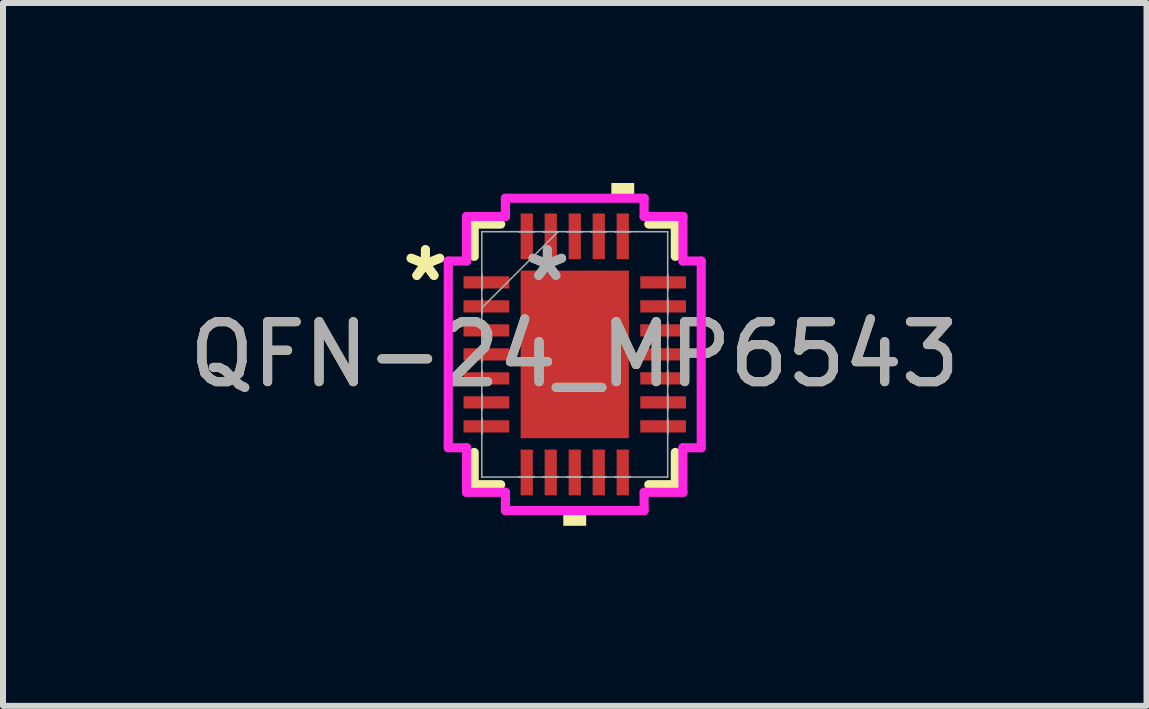
<source format=kicad_pcb>
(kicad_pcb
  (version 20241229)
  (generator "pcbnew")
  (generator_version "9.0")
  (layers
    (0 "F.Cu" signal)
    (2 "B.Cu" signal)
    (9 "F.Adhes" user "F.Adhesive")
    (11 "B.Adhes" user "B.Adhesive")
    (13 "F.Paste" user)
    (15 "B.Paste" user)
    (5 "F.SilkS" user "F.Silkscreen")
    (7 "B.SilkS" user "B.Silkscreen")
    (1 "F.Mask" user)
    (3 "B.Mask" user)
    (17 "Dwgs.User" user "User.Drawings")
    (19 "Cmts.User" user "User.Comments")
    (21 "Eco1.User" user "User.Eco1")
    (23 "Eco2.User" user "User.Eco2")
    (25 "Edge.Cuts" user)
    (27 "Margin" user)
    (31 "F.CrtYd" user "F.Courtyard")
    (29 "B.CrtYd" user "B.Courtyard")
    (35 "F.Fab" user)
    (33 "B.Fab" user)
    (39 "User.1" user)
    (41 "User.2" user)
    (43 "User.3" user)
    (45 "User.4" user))
  (footprint "QFN-24_MP6543"
    (layer "F.Cu")
    (at 6.53 2.857)
    (property "Reference" "QFN-24_MP6543" (at 0 0 0) (unlocked yes) (layer "F.SilkS") (effects (font (size 1 1) (thickness 0.15))))
    (attr smd)
    (fp_line (start -1.676 -2.172) (end -1.676 -1.634) (stroke (width 0.152) (type solid)) (layer "F.SilkS"))
    (fp_line (start -1.676 1.634) (end -1.676 2.172) (stroke (width 0.152) (type solid)) (layer "F.SilkS"))
    (fp_line (start -1.676 2.172) (end -1.234 2.172) (stroke (width 0.152) (type solid)) (layer "F.SilkS"))
    (fp_line (start -1.234 -2.172) (end -1.676 -2.172) (stroke (width 0.152) (type solid)) (layer "F.SilkS"))
    (fp_line (start 1.234 2.172) (end 1.676 2.172) (stroke (width 0.152) (type solid)) (layer "F.SilkS"))
    (fp_line (start 1.676 -2.172) (end 1.234 -2.172) (stroke (width 0.152) (type solid)) (layer "F.SilkS"))
    (fp_line (start 1.676 -1.634) (end 1.676 -2.172) (stroke (width 0.152) (type solid)) (layer "F.SilkS"))
    (fp_line (start 1.676 2.172) (end 1.676 1.634) (stroke (width 0.152) (type solid)) (layer "F.SilkS"))
    (fp_poly (pts (xy -0.191 2.603) (xy -0.191 2.857) (xy 0.191 2.857) (xy 0.191 2.603)) (stroke (width 0) (type solid)) (fill yes) (layer "F.SilkS"))
    (fp_poly (pts (xy 0.61 -2.603) (xy 0.61 -2.857) (xy 0.991 -2.857) (xy 0.991 -2.603)) (stroke (width 0) (type solid)) (fill yes) (layer "F.SilkS"))
    (fp_line (start -2.108 -1.556) (end -1.803 -1.556) (stroke (width 0.152) (type solid)) (layer "F.CrtYd"))
    (fp_line (start -2.108 1.556) (end -2.108 -1.556) (stroke (width 0.152) (type solid)) (layer "F.CrtYd"))
    (fp_line (start -1.803 -2.299) (end -1.156 -2.299) (stroke (width 0.152) (type solid)) (layer "F.CrtYd"))
    (fp_line (start -1.803 -1.556) (end -1.803 -2.299) (stroke (width 0.152) (type solid)) (layer "F.CrtYd"))
    (fp_line (start -1.803 1.556) (end -2.108 1.556) (stroke (width 0.152) (type solid)) (layer "F.CrtYd"))
    (fp_line (start -1.803 2.299) (end -1.803 1.556) (stroke (width 0.152) (type solid)) (layer "F.CrtYd"))
    (fp_line (start -1.156 -2.603) (end 1.156 -2.603) (stroke (width 0.152) (type solid)) (layer "F.CrtYd"))
    (fp_line (start -1.156 -2.299) (end -1.156 -2.603) (stroke (width 0.152) (type solid)) (layer "F.CrtYd"))
    (fp_line (start -1.156 2.299) (end -1.803 2.299) (stroke (width 0.152) (type solid)) (layer "F.CrtYd"))
    (fp_line (start -1.156 2.603) (end -1.156 2.299) (stroke (width 0.152) (type solid)) (layer "F.CrtYd"))
    (fp_line (start 1.156 -2.603) (end 1.156 -2.299) (stroke (width 0.152) (type solid)) (layer "F.CrtYd"))
    (fp_line (start 1.156 -2.299) (end 1.803 -2.299) (stroke (width 0.152) (type solid)) (layer "F.CrtYd"))
    (fp_line (start 1.156 2.299) (end 1.156 2.603) (stroke (width 0.152) (type solid)) (layer "F.CrtYd"))
    (fp_line (start 1.156 2.603) (end -1.156 2.603) (stroke (width 0.152) (type solid)) (layer "F.CrtYd"))
    (fp_line (start 1.803 -2.299) (end 1.803 -1.556) (stroke (width 0.152) (type solid)) (layer "F.CrtYd"))
    (fp_line (start 1.803 -1.556) (end 2.108 -1.556) (stroke (width 0.152) (type solid)) (layer "F.CrtYd"))
    (fp_line (start 1.803 1.556) (end 1.803 2.299) (stroke (width 0.152) (type solid)) (layer "F.CrtYd"))
    (fp_line (start 1.803 2.299) (end 1.156 2.299) (stroke (width 0.152) (type solid)) (layer "F.CrtYd"))
    (fp_line (start 2.108 -1.556) (end 2.108 1.556) (stroke (width 0.152) (type solid)) (layer "F.CrtYd"))
    (fp_line (start 2.108 1.556) (end 1.803 1.556) (stroke (width 0.152) (type solid)) (layer "F.CrtYd"))
    (fp_line (start -1.549 -2.045) (end -1.549 2.045) (stroke (width 0.025) (type solid)) (layer "F.Fab"))
    (fp_line (start -1.549 -1.327) (end -1.549 -1.327) (stroke (width 0.025) (type solid)) (layer "F.Fab"))
    (fp_line (start -1.549 -1.327) (end -1.549 -1.073) (stroke (width 0.025) (type solid)) (layer "F.Fab"))
    (fp_line (start -1.549 -1.073) (end -1.549 -1.327) (stroke (width 0.025) (type solid)) (layer "F.Fab"))
    (fp_line (start -1.549 -1.073) (end -1.549 -1.073) (stroke (width 0.025) (type solid)) (layer "F.Fab"))
    (fp_line (start -1.549 -0.927) (end -1.549 -0.927) (stroke (width 0.025) (type solid)) (layer "F.Fab"))
    (fp_line (start -1.549 -0.927) (end -1.549 -0.673) (stroke (width 0.025) (type solid)) (layer "F.Fab"))
    (fp_line (start -1.549 -0.775) (end -0.279 -2.045) (stroke (width 0.025) (type solid)) (layer "F.Fab"))
    (fp_line (start -1.549 -0.673) (end -1.549 -0.927) (stroke (width 0.025) (type solid)) (layer "F.Fab"))
    (fp_line (start -1.549 -0.673) (end -1.549 -0.673) (stroke (width 0.025) (type solid)) (layer "F.Fab"))
    (fp_line (start -1.549 -0.527) (end -1.549 -0.527) (stroke (width 0.025) (type solid)) (layer "F.Fab"))
    (fp_line (start -1.549 -0.527) (end -1.549 -0.273) (stroke (width 0.025) (type solid)) (layer "F.Fab"))
    (fp_line (start -1.549 -0.273) (end -1.549 -0.527) (stroke (width 0.025) (type solid)) (layer "F.Fab"))
    (fp_line (start -1.549 -0.273) (end -1.549 -0.273) (stroke (width 0.025) (type solid)) (layer "F.Fab"))
    (fp_line (start -1.549 -0.127) (end -1.549 -0.127) (stroke (width 0.025) (type solid)) (layer "F.Fab"))
    (fp_line (start -1.549 -0.127) (end -1.549 0.127) (stroke (width 0.025) (type solid)) (layer "F.Fab"))
    (fp_line (start -1.549 0.127) (end -1.549 -0.127) (stroke (width 0.025) (type solid)) (layer "F.Fab"))
    (fp_line (start -1.549 0.127) (end -1.549 0.127) (stroke (width 0.025) (type solid)) (layer "F.Fab"))
    (fp_line (start -1.549 0.273) (end -1.549 0.273) (stroke (width 0.025) (type solid)) (layer "F.Fab"))
    (fp_line (start -1.549 0.273) (end -1.549 0.527) (stroke (width 0.025) (type solid)) (layer "F.Fab"))
    (fp_line (start -1.549 0.527) (end -1.549 0.273) (stroke (width 0.025) (type solid)) (layer "F.Fab"))
    (fp_line (start -1.549 0.527) (end -1.549 0.527) (stroke (width 0.025) (type solid)) (layer "F.Fab"))
    (fp_line (start -1.549 0.673) (end -1.549 0.673) (stroke (width 0.025) (type solid)) (layer "F.Fab"))
    (fp_line (start -1.549 0.673) (end -1.549 0.927) (stroke (width 0.025) (type solid)) (layer "F.Fab"))
    (fp_line (start -1.549 0.927) (end -1.549 0.673) (stroke (width 0.025) (type solid)) (layer "F.Fab"))
    (fp_line (start -1.549 0.927) (end -1.549 0.927) (stroke (width 0.025) (type solid)) (layer "F.Fab"))
    (fp_line (start -1.549 1.073) (end -1.549 1.073) (stroke (width 0.025) (type solid)) (layer "F.Fab"))
    (fp_line (start -1.549 1.073) (end -1.549 1.327) (stroke (width 0.025) (type solid)) (layer "F.Fab"))
    (fp_line (start -1.549 1.327) (end -1.549 1.073) (stroke (width 0.025) (type solid)) (layer "F.Fab"))
    (fp_line (start -1.549 1.327) (end -1.549 1.327) (stroke (width 0.025) (type solid)) (layer "F.Fab"))
    (fp_line (start -1.549 2.045) (end 1.549 2.045) (stroke (width 0.025) (type solid)) (layer "F.Fab"))
    (fp_line (start -0.927 -2.045) (end -0.927 -2.045) (stroke (width 0.025) (type solid)) (layer "F.Fab"))
    (fp_line (start -0.927 -2.045) (end -0.673 -2.045) (stroke (width 0.025) (type solid)) (layer "F.Fab"))
    (fp_line (start -0.927 2.045) (end -0.927 2.045) (stroke (width 0.025) (type solid)) (layer "F.Fab"))
    (fp_line (start -0.927 2.045) (end -0.673 2.045) (stroke (width 0.025) (type solid)) (layer "F.Fab"))
    (fp_line (start -0.673 -2.045) (end -0.927 -2.045) (stroke (width 0.025) (type solid)) (layer "F.Fab"))
    (fp_line (start -0.673 -2.045) (end -0.673 -2.045) (stroke (width 0.025) (type solid)) (layer "F.Fab"))
    (fp_line (start -0.673 2.045) (end -0.927 2.045) (stroke (width 0.025) (type solid)) (layer "F.Fab"))
    (fp_line (start -0.673 2.045) (end -0.673 2.045) (stroke (width 0.025) (type solid)) (layer "F.Fab"))
    (fp_line (start -0.527 -2.045) (end -0.527 -2.045) (stroke (width 0.025) (type solid)) (layer "F.Fab"))
    (fp_line (start -0.527 -2.045) (end -0.273 -2.045) (stroke (width 0.025) (type solid)) (layer "F.Fab"))
    (fp_line (start -0.527 2.045) (end -0.527 2.045) (stroke (width 0.025) (type solid)) (layer "F.Fab"))
    (fp_line (start -0.527 2.045) (end -0.273 2.045) (stroke (width 0.025) (type solid)) (layer "F.Fab"))
    (fp_line (start -0.273 -2.045) (end -0.527 -2.045) (stroke (width 0.025) (type solid)) (layer "F.Fab"))
    (fp_line (start -0.273 -2.045) (end -0.273 -2.045) (stroke (width 0.025) (type solid)) (layer "F.Fab"))
    (fp_line (start -0.273 2.045) (end -0.527 2.045) (stroke (width 0.025) (type solid)) (layer "F.Fab"))
    (fp_line (start -0.273 2.045) (end -0.273 2.045) (stroke (width 0.025) (type solid)) (layer "F.Fab"))
    (fp_line (start -0.127 -2.045) (end -0.127 -2.045) (stroke (width 0.025) (type solid)) (layer "F.Fab"))
    (fp_line (start -0.127 -2.045) (end 0.127 -2.045) (stroke (width 0.025) (type solid)) (layer "F.Fab"))
    (fp_line (start -0.127 2.045) (end -0.127 2.045) (stroke (width 0.025) (type solid)) (layer "F.Fab"))
    (fp_line (start -0.127 2.045) (end 0.127 2.045) (stroke (width 0.025) (type solid)) (layer "F.Fab"))
    (fp_line (start 0.127 -2.045) (end -0.127 -2.045) (stroke (width 0.025) (type solid)) (layer "F.Fab"))
    (fp_line (start 0.127 -2.045) (end 0.127 -2.045) (stroke (width 0.025) (type solid)) (layer "F.Fab"))
    (fp_line (start 0.127 2.045) (end -0.127 2.045) (stroke (width 0.025) (type solid)) (layer "F.Fab"))
    (fp_line (start 0.127 2.045) (end 0.127 2.045) (stroke (width 0.025) (type solid)) (layer "F.Fab"))
    (fp_line (start 0.273 -2.045) (end 0.273 -2.045) (stroke (width 0.025) (type solid)) (layer "F.Fab"))
    (fp_line (start 0.273 -2.045) (end 0.527 -2.045) (stroke (width 0.025) (type solid)) (layer "F.Fab"))
    (fp_line (start 0.273 2.045) (end 0.273 2.045) (stroke (width 0.025) (type solid)) (layer "F.Fab"))
    (fp_line (start 0.273 2.045) (end 0.527 2.045) (stroke (width 0.025) (type solid)) (layer "F.Fab"))
    (fp_line (start 0.527 -2.045) (end 0.273 -2.045) (stroke (width 0.025) (type solid)) (layer "F.Fab"))
    (fp_line (start 0.527 -2.045) (end 0.527 -2.045) (stroke (width 0.025) (type solid)) (layer "F.Fab"))
    (fp_line (start 0.527 2.045) (end 0.273 2.045) (stroke (width 0.025) (type solid)) (layer "F.Fab"))
    (fp_line (start 0.527 2.045) (end 0.527 2.045) (stroke (width 0.025) (type solid)) (layer "F.Fab"))
    (fp_line (start 0.673 -2.045) (end 0.673 -2.045) (stroke (width 0.025) (type solid)) (layer "F.Fab"))
    (fp_line (start 0.673 -2.045) (end 0.927 -2.045) (stroke (width 0.025) (type solid)) (layer "F.Fab"))
    (fp_line (start 0.673 2.045) (end 0.673 2.045) (stroke (width 0.025) (type solid)) (layer "F.Fab"))
    (fp_line (start 0.673 2.045) (end 0.927 2.045) (stroke (width 0.025) (type solid)) (layer "F.Fab"))
    (fp_line (start 0.927 -2.045) (end 0.673 -2.045) (stroke (width 0.025) (type solid)) (layer "F.Fab"))
    (fp_line (start 0.927 -2.045) (end 0.927 -2.045) (stroke (width 0.025) (type solid)) (layer "F.Fab"))
    (fp_line (start 0.927 2.045) (end 0.673 2.045) (stroke (width 0.025) (type solid)) (layer "F.Fab"))
    (fp_line (start 0.927 2.045) (end 0.927 2.045) (stroke (width 0.025) (type solid)) (layer "F.Fab"))
    (fp_line (start 1.549 -2.045) (end -1.549 -2.045) (stroke (width 0.025) (type solid)) (layer "F.Fab"))
    (fp_line (start 1.549 -1.327) (end 1.549 -1.327) (stroke (width 0.025) (type solid)) (layer "F.Fab"))
    (fp_line (start 1.549 -1.327) (end 1.549 -1.073) (stroke (width 0.025) (type solid)) (layer "F.Fab"))
    (fp_line (start 1.549 -1.073) (end 1.549 -1.327) (stroke (width 0.025) (type solid)) (layer "F.Fab"))
    (fp_line (start 1.549 -1.073) (end 1.549 -1.073) (stroke (width 0.025) (type solid)) (layer "F.Fab"))
    (fp_line (start 1.549 -0.927) (end 1.549 -0.927) (stroke (width 0.025) (type solid)) (layer "F.Fab"))
    (fp_line (start 1.549 -0.927) (end 1.549 -0.673) (stroke (width 0.025) (type solid)) (layer "F.Fab"))
    (fp_line (start 1.549 -0.673) (end 1.549 -0.927) (stroke (width 0.025) (type solid)) (layer "F.Fab"))
    (fp_line (start 1.549 -0.673) (end 1.549 -0.673) (stroke (width 0.025) (type solid)) (layer "F.Fab"))
    (fp_line (start 1.549 -0.527) (end 1.549 -0.527) (stroke (width 0.025) (type solid)) (layer "F.Fab"))
    (fp_line (start 1.549 -0.527) (end 1.549 -0.273) (stroke (width 0.025) (type solid)) (layer "F.Fab"))
    (fp_line (start 1.549 -0.273) (end 1.549 -0.527) (stroke (width 0.025) (type solid)) (layer "F.Fab"))
    (fp_line (start 1.549 -0.273) (end 1.549 -0.273) (stroke (width 0.025) (type solid)) (layer "F.Fab"))
    (fp_line (start 1.549 -0.127) (end 1.549 -0.127) (stroke (width 0.025) (type solid)) (layer "F.Fab"))
    (fp_line (start 1.549 -0.127) (end 1.549 0.127) (stroke (width 0.025) (type solid)) (layer "F.Fab"))
    (fp_line (start 1.549 0.127) (end 1.549 -0.127) (stroke (width 0.025) (type solid)) (layer "F.Fab"))
    (fp_line (start 1.549 0.127) (end 1.549 0.127) (stroke (width 0.025) (type solid)) (layer "F.Fab"))
    (fp_line (start 1.549 0.273) (end 1.549 0.273) (stroke (width 0.025) (type solid)) (layer "F.Fab"))
    (fp_line (start 1.549 0.273) (end 1.549 0.527) (stroke (width 0.025) (type solid)) (layer "F.Fab"))
    (fp_line (start 1.549 0.527) (end 1.549 0.273) (stroke (width 0.025) (type solid)) (layer "F.Fab"))
    (fp_line (start 1.549 0.527) (end 1.549 0.527) (stroke (width 0.025) (type solid)) (layer "F.Fab"))
    (fp_line (start 1.549 0.673) (end 1.549 0.673) (stroke (width 0.025) (type solid)) (layer "F.Fab"))
    (fp_line (start 1.549 0.673) (end 1.549 0.927) (stroke (width 0.025) (type solid)) (layer "F.Fab"))
    (fp_line (start 1.549 0.927) (end 1.549 0.673) (stroke (width 0.025) (type solid)) (layer "F.Fab"))
    (fp_line (start 1.549 0.927) (end 1.549 0.927) (stroke (width 0.025) (type solid)) (layer "F.Fab"))
    (fp_line (start 1.549 1.073) (end 1.549 1.073) (stroke (width 0.025) (type solid)) (layer "F.Fab"))
    (fp_line (start 1.549 1.073) (end 1.549 1.327) (stroke (width 0.025) (type solid)) (layer "F.Fab"))
    (fp_line (start 1.549 1.327) (end 1.549 1.073) (stroke (width 0.025) (type solid)) (layer "F.Fab"))
    (fp_line (start 1.549 1.327) (end 1.549 1.327) (stroke (width 0.025) (type solid)) (layer "F.Fab"))
    (fp_line (start 1.549 2.045) (end 1.549 -2.045) (stroke (width 0.025) (type solid)) (layer "F.Fab"))
    (fp_text user "*" (at -2.489 -1.2 0) (layer "F.SilkS") (effects (font (size 1 1) (thickness 0.15))))
    (fp_text user "*" (at -2.489 -1.2 0) (unlocked yes) (layer "F.SilkS") (effects (font (size 1 1) (thickness 0.15))))
    (fp_text user "${REFERENCE}" (at 0 0 0) (unlocked yes) (layer "F.Fab") (effects (font (size 1 1) (thickness 0.15))))
    (fp_text user "*" (at -0.457 -1.2 0) (unlocked yes) (layer "F.Fab") (effects (font (size 1 1) (thickness 0.15))))
    (fp_text user "*" (at -0.457 -1.2 0) (layer "F.Fab") (effects (font (size 1 1) (thickness 0.15))))
    (pad "1" smd rect (at -1.473 -1.2 90) (size 0.203 0.762) (layers "F.Cu" "F.Mask" "F.Paste"))
    (pad "2" smd rect (at -1.473 -0.8 90) (size 0.203 0.762) (layers "F.Cu" "F.Mask" "F.Paste"))
    (pad "3" smd rect (at -1.473 -0.4 90) (size 0.203 0.762) (layers "F.Cu" "F.Mask" "F.Paste"))
    (pad "4" smd rect (at -1.473 0 90) (size 0.203 0.762) (layers "F.Cu" "F.Mask" "F.Paste"))
    (pad "5" smd rect (at -1.473 0.4 90) (size 0.203 0.762) (layers "F.Cu" "F.Mask" "F.Paste"))
    (pad "6" smd rect (at -1.473 0.8 90) (size 0.203 0.762) (layers "F.Cu" "F.Mask" "F.Paste"))
    (pad "7" smd rect (at -1.473 1.2 90) (size 0.203 0.762) (layers "F.Cu" "F.Mask" "F.Paste"))
    (pad "8" smd rect (at -0.8 1.968) (size 0.203 0.762) (layers "F.Cu" "F.Mask" "F.Paste"))
    (pad "9" smd rect (at -0.4 1.968) (size 0.203 0.762) (layers "F.Cu" "F.Mask" "F.Paste"))
    (pad "10" smd rect (at 0 1.968) (size 0.203 0.762) (layers "F.Cu" "F.Mask" "F.Paste"))
    (pad "11" smd rect (at 0.4 1.968) (size 0.203 0.762) (layers "F.Cu" "F.Mask" "F.Paste"))
    (pad "12" smd rect (at 0.8 1.968) (size 0.203 0.762) (layers "F.Cu" "F.Mask" "F.Paste"))
    (pad "13" smd rect (at 1.473 1.2 90) (size 0.203 0.762) (layers "F.Cu" "F.Mask" "F.Paste"))
    (pad "14" smd rect (at 1.473 0.8 90) (size 0.203 0.762) (layers "F.Cu" "F.Mask" "F.Paste"))
    (pad "15" smd rect (at 1.473 0.4 90) (size 0.203 0.762) (layers "F.Cu" "F.Mask" "F.Paste"))
    (pad "16" smd rect (at 1.473 0 90) (size 0.203 0.762) (layers "F.Cu" "F.Mask" "F.Paste"))
    (pad "17" smd rect (at 1.473 -0.4 90) (size 0.203 0.762) (layers "F.Cu" "F.Mask" "F.Paste"))
    (pad "18" smd rect (at 1.473 -0.8 90) (size 0.203 0.762) (layers "F.Cu" "F.Mask" "F.Paste"))
    (pad "19" smd rect (at 1.473 -1.2 90) (size 0.203 0.762) (layers "F.Cu" "F.Mask" "F.Paste"))
    (pad "20" smd rect (at 0.8 -1.968) (size 0.203 0.762) (layers "F.Cu" "F.Mask" "F.Paste"))
    (pad "21" smd rect (at 0.4 -1.968) (size 0.203 0.762) (layers "F.Cu" "F.Mask" "F.Paste"))
    (pad "22" smd rect (at 0 -1.968) (size 0.203 0.762) (layers "F.Cu" "F.Mask" "F.Paste"))
    (pad "23" smd rect (at -0.4 -1.968) (size 0.203 0.762) (layers "F.Cu" "F.Mask" "F.Paste"))
    (pad "24" smd rect (at -0.8 -1.968) (size 0.203 0.762) (layers "F.Cu" "F.Mask" "F.Paste"))
    (pad "25" smd rect (at 0 0) (size 1.803 2.794) (layers "F.Cu" "F.Mask" "F.Paste")))
  (gr_rect
    (start -3 -3)
    (end 16.06 8.715)
    (stroke (width 0.1) (type default))
    (fill no)
    (layer "Edge.Cuts")))
</source>
